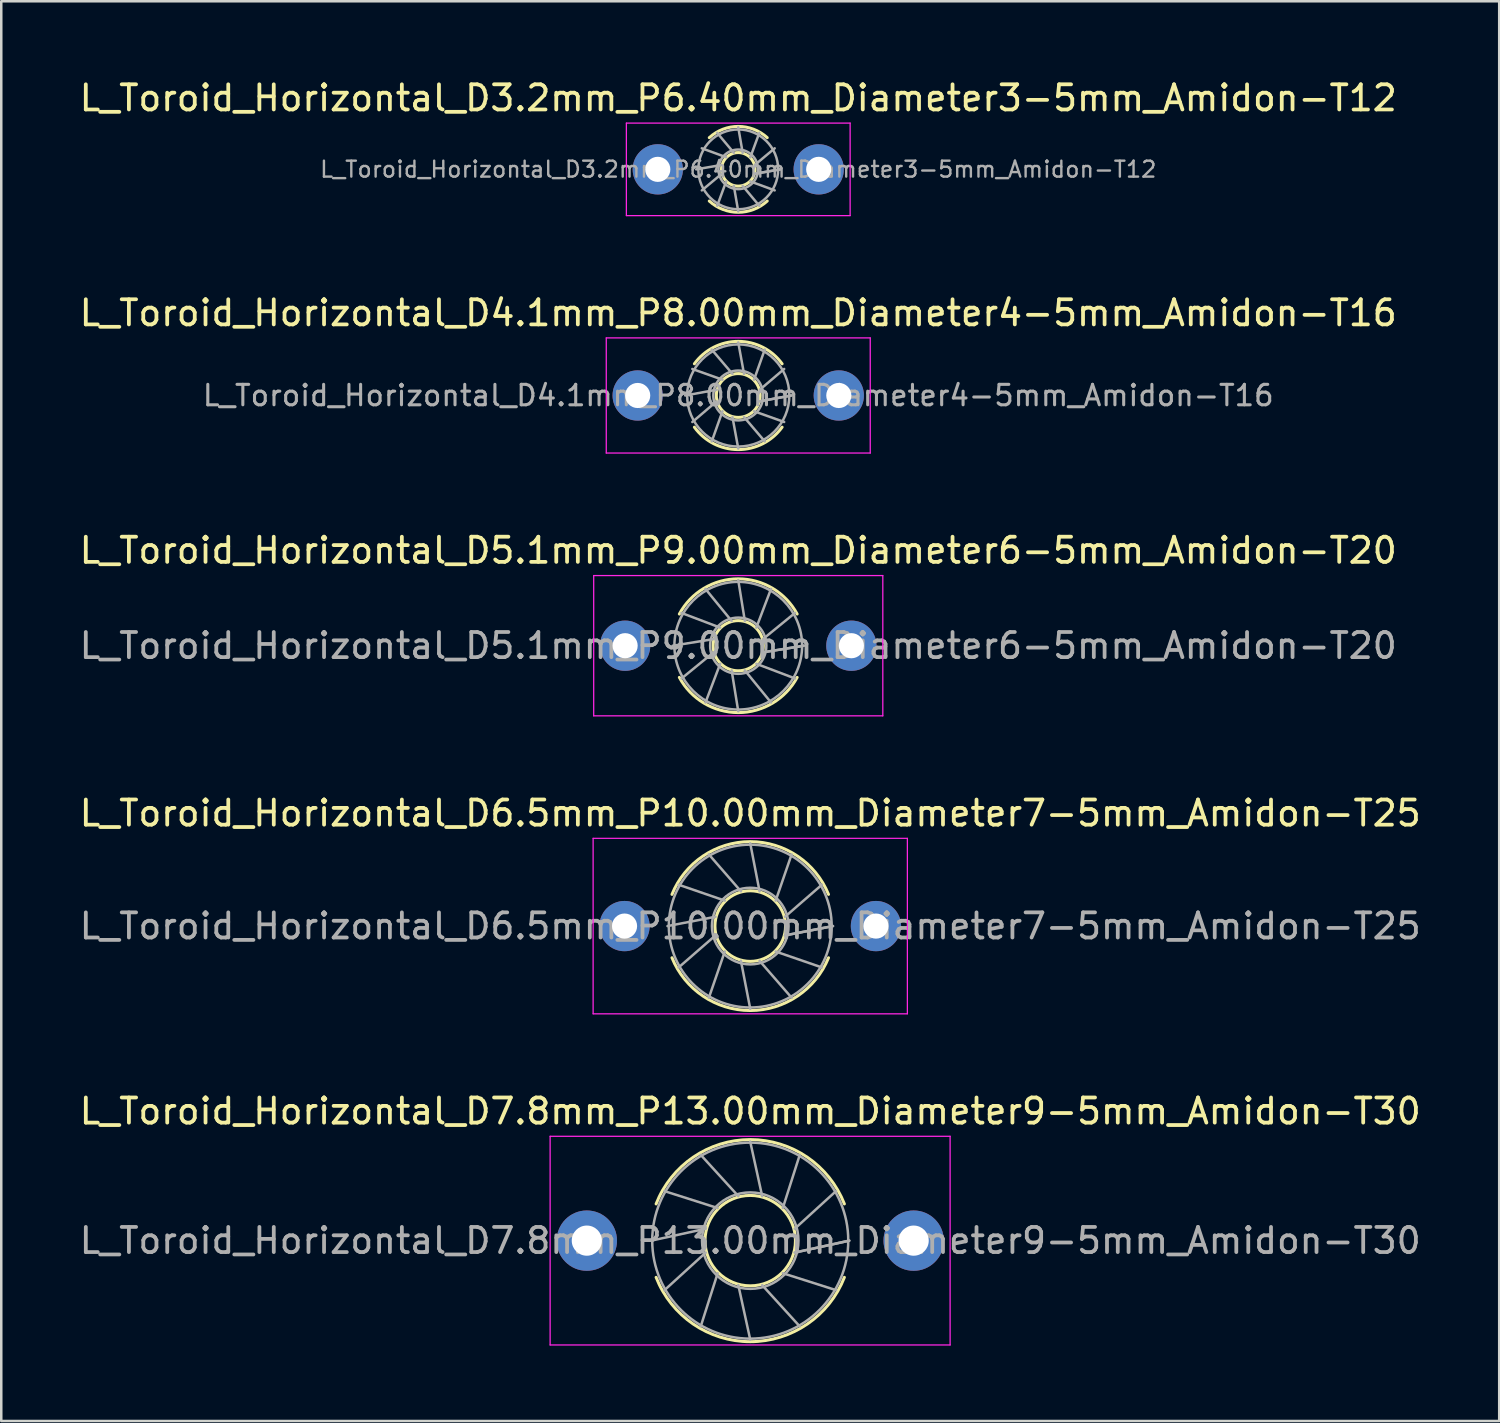
<source format=kicad_pcb>
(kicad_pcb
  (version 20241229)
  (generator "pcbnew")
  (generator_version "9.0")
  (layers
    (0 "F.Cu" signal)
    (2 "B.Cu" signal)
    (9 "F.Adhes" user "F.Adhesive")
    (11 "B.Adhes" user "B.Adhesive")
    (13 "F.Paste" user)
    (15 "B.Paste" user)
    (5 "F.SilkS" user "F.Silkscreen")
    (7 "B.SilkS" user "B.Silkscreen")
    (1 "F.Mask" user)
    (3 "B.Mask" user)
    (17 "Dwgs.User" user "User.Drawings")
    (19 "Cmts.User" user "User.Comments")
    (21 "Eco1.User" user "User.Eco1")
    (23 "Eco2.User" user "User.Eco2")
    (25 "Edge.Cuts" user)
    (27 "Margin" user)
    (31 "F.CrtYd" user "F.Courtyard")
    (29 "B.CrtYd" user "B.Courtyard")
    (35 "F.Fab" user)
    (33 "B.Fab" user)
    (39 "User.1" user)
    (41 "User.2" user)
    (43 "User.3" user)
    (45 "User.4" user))
  (footprint "L_Toroid_Horizontal_D4.1mm_P8.00mm_Diameter4-5mm_Amidon-T16"
    (layer "F.Cu")
    (at 22.315 12.681)
    (property "Reference" "L_Toroid_Horizontal_D4.1mm_P8.00mm_Diameter4-5mm_Amidon-T16" (at 4 -3.282 0) (layer "F.SilkS") (effects (font (size 1 1) (thickness 0.15))))
    (attr through_hole)
    (fp_arc (start 2.255436 -1.26) (mid 4 -2.152) (end 5.744564 -1.26) (stroke (width 0.12) (type solid)) (layer "F.SilkS"))
    (fp_arc (start 5.744564 1.26) (mid 4 2.152) (end 2.255436 1.26) (stroke (width 0.12) (type solid)) (layer "F.SilkS"))
    (fp_circle (center 4 0) (end 4.871 0) (stroke (width 0.12) (type solid)) (fill no) (layer "F.SilkS"))
    (fp_line (start -1.25 -2.29) (end -1.25 2.29) (stroke (width 0.05) (type solid)) (layer "F.CrtYd"))
    (fp_line (start -1.25 2.29) (end 9.25 2.29) (stroke (width 0.05) (type solid)) (layer "F.CrtYd"))
    (fp_line (start 9.25 -2.29) (end -1.25 -2.29) (stroke (width 0.05) (type solid)) (layer "F.CrtYd"))
    (fp_line (start 9.25 2.29) (end 9.25 -2.29) (stroke (width 0.05) (type solid)) (layer "F.CrtYd"))
    (fp_line (start 1.891 0.000195) (end 3.142 -0.23) (stroke (width 0.1) (type solid)) (layer "F.Fab"))
    (fp_line (start 2.173 -1.054) (end 3.372 -0.628) (stroke (width 0.1) (type solid)) (layer "F.Fab"))
    (fp_line (start 2.174 1.055) (end 3.142 0.23) (stroke (width 0.1) (type solid)) (layer "F.Fab"))
    (fp_line (start 2.945 -1.826) (end 3.77 -0.858) (stroke (width 0.1) (type solid)) (layer "F.Fab"))
    (fp_line (start 2.946 1.826) (end 3.372 0.628) (stroke (width 0.1) (type solid)) (layer "F.Fab"))
    (fp_line (start 4 -2.109) (end 4.23 -0.858) (stroke (width 0.1) (type solid)) (layer "F.Fab"))
    (fp_line (start 4 2.109) (end 3.77 0.858) (stroke (width 0.1) (type solid)) (layer "F.Fab"))
    (fp_line (start 5.054 -1.827) (end 4.628 -0.628) (stroke (width 0.1) (type solid)) (layer "F.Fab"))
    (fp_line (start 5.055 1.826) (end 4.23 0.858) (stroke (width 0.1) (type solid)) (layer "F.Fab"))
    (fp_line (start 5.826 -1.055) (end 4.858 -0.23) (stroke (width 0.1) (type solid)) (layer "F.Fab"))
    (fp_line (start 5.826 1.054) (end 4.628 0.628) (stroke (width 0.1) (type solid)) (layer "F.Fab"))
    (fp_line (start 6.109 -0.000391) (end 4.858 0.23) (stroke (width 0.1) (type solid)) (layer "F.Fab"))
    (fp_line (start 6.109 0) (end 4.858 0.23) (stroke (width 0.1) (type solid)) (layer "F.Fab"))
    (fp_circle (center 4 0) (end 4.991 0) (stroke (width 0.1) (type solid)) (fill no) (layer "F.Fab"))
    (fp_circle (center 4 0) (end 6.032 0) (stroke (width 0.1) (type solid)) (fill no) (layer "F.Fab"))
    (fp_text user "${REFERENCE}" (at 4 0 0) (layer "F.Fab") (effects (font (size 0.813 0.813) (thickness 0.122))))
    (pad "1" thru_hole circle (at 0 0) (size 2 2) (drill 1) (layers "*.Cu" "*.Mask"))
    (pad "2" thru_hole circle (at 8 0) (size 2 2) (drill 1) (layers "*.Cu" "*.Mask")))
  (footprint "L_Toroid_Horizontal_D3.2mm_P6.40mm_Diameter3-5mm_Amidon-T12"
    (layer "F.Cu")
    (at 23.115 3.686)
    (property "Reference" "L_Toroid_Horizontal_D3.2mm_P6.40mm_Diameter3-5mm_Amidon-T12" (at 3.2 -2.837 0) (layer "F.SilkS") (effects (font (size 1 1) (thickness 0.15))))
    (attr through_hole)
    (fp_arc (start 2.04763 -1.26) (mid 3.2 -1.7075) (end 4.35237 -1.26) (stroke (width 0.12) (type solid)) (layer "F.SilkS"))
    (fp_arc (start 4.35237 1.26) (mid 3.2 1.7075) (end 2.04763 1.26) (stroke (width 0.12) (type solid)) (layer "F.SilkS"))
    (fp_circle (center 3.2 0) (end 3.867 0) (stroke (width 0.12) (type solid)) (fill no) (layer "F.SilkS"))
    (fp_line (start -1.25 -1.84) (end -1.25 1.84) (stroke (width 0.05) (type solid)) (layer "F.CrtYd"))
    (fp_line (start -1.25 1.84) (end 7.65 1.84) (stroke (width 0.05) (type solid)) (layer "F.CrtYd"))
    (fp_line (start 7.65 -1.84) (end -1.25 -1.84) (stroke (width 0.05) (type solid)) (layer "F.CrtYd"))
    (fp_line (start 7.65 1.84) (end 7.65 -1.84) (stroke (width 0.05) (type solid)) (layer "F.CrtYd"))
    (fp_line (start 1.527 0.000155) (end 2.542 -0.176) (stroke (width 0.1) (type solid)) (layer "F.Fab"))
    (fp_line (start 1.751 -0.837) (end 2.719 -0.481) (stroke (width 0.1) (type solid)) (layer "F.Fab"))
    (fp_line (start 1.751 0.837) (end 2.542 0.176) (stroke (width 0.1) (type solid)) (layer "F.Fab"))
    (fp_line (start 2.363 -1.449) (end 3.024 -0.658) (stroke (width 0.1) (type solid)) (layer "F.Fab"))
    (fp_line (start 2.363 1.449) (end 2.719 0.481) (stroke (width 0.1) (type solid)) (layer "F.Fab"))
    (fp_line (start 3.2 -1.673) (end 3.376 -0.658) (stroke (width 0.1) (type solid)) (layer "F.Fab"))
    (fp_line (start 3.2 1.673) (end 3.024 0.658) (stroke (width 0.1) (type solid)) (layer "F.Fab"))
    (fp_line (start 4.036 -1.449) (end 3.681 -0.481) (stroke (width 0.1) (type solid)) (layer "F.Fab"))
    (fp_line (start 4.037 1.449) (end 3.376 0.658) (stroke (width 0.1) (type solid)) (layer "F.Fab"))
    (fp_line (start 4.649 -0.837) (end 3.858 -0.176) (stroke (width 0.1) (type solid)) (layer "F.Fab"))
    (fp_line (start 4.649 0.837) (end 3.681 0.481) (stroke (width 0.1) (type solid)) (layer "F.Fab"))
    (fp_line (start 4.873 -0.00031) (end 3.858 0.176) (stroke (width 0.1) (type solid)) (layer "F.Fab"))
    (fp_line (start 4.873 0) (end 3.858 0.176) (stroke (width 0.1) (type solid)) (layer "F.Fab"))
    (fp_circle (center 3.2 0) (end 3.987 0) (stroke (width 0.1) (type solid)) (fill no) (layer "F.Fab"))
    (fp_circle (center 3.2 0) (end 4.787 0) (stroke (width 0.1) (type solid)) (fill no) (layer "F.Fab"))
    (fp_text user "${REFERENCE}" (at 3.2 0 0) (layer "F.Fab") (effects (font (size 0.635 0.635) (thickness 0.095))))
    (pad "1" thru_hole circle (at 0 0) (size 2 2) (drill 1) (layers "*.Cu" "*.Mask"))
    (pad "2" thru_hole circle (at 6.4 0) (size 2 2) (drill 1) (layers "*.Cu" "*.Mask")))
  (footprint "L_Toroid_Horizontal_D7.8mm_P13.00mm_Diameter9-5mm_Amidon-T30"
    (layer "F.Cu")
    (at 20.292 46.298)
    (property "Reference" "L_Toroid_Horizontal_D7.8mm_P13.00mm_Diameter9-5mm_Amidon-T30" (at 6.5 -5.149 0) (layer "F.SilkS") (effects (font (size 1 1) (thickness 0.15))))
    (attr through_hole)
    (fp_arc (start 2.755677 -1.46) (mid 6.5 -4.0189) (end 10.244323 -1.46) (stroke (width 0.12) (type solid)) (layer "F.SilkS"))
    (fp_arc (start 10.244323 1.46) (mid 6.5 4.0189) (end 2.755677 1.46) (stroke (width 0.12) (type solid)) (layer "F.SilkS"))
    (fp_circle (center 6.5 0) (end 8.298 0) (stroke (width 0.12) (type solid)) (fill no) (layer "F.SilkS"))
    (fp_line (start -1.46 -4.15) (end -1.46 4.15) (stroke (width 0.05) (type solid)) (layer "F.CrtYd"))
    (fp_line (start -1.46 4.15) (end 14.45 4.15) (stroke (width 0.05) (type solid)) (layer "F.CrtYd"))
    (fp_line (start 14.45 -4.15) (end -1.46 -4.15) (stroke (width 0.05) (type solid)) (layer "F.CrtYd"))
    (fp_line (start 14.45 4.15) (end 14.45 -4.15) (stroke (width 0.05) (type solid)) (layer "F.CrtYd"))
    (fp_line (start 2.561 0.000365) (end 4.729 -0.474) (stroke (width 0.1) (type solid)) (layer "F.Fab"))
    (fp_line (start 3.089 -1.969) (end 5.203 -1.296) (stroke (width 0.1) (type solid)) (layer "F.Fab"))
    (fp_line (start 3.089 1.97) (end 4.729 0.475) (stroke (width 0.1) (type solid)) (layer "F.Fab"))
    (fp_line (start 4.53 -3.411) (end 6.025 -1.771) (stroke (width 0.1) (type solid)) (layer "F.Fab"))
    (fp_line (start 4.531 3.411) (end 5.204 1.297) (stroke (width 0.1) (type solid)) (layer "F.Fab"))
    (fp_line (start 6.499 -3.939) (end 6.974 -1.771) (stroke (width 0.1) (type solid)) (layer "F.Fab"))
    (fp_line (start 6.5 3.939) (end 6.026 1.771) (stroke (width 0.1) (type solid)) (layer "F.Fab"))
    (fp_line (start 8.469 -3.411) (end 7.796 -1.297) (stroke (width 0.1) (type solid)) (layer "F.Fab"))
    (fp_line (start 8.469 3.411) (end 6.975 1.771) (stroke (width 0.1) (type solid)) (layer "F.Fab"))
    (fp_line (start 9.911 -1.97) (end 8.271 -0.475) (stroke (width 0.1) (type solid)) (layer "F.Fab"))
    (fp_line (start 9.911 1.969) (end 7.797 1.297) (stroke (width 0.1) (type solid)) (layer "F.Fab"))
    (fp_line (start 10.439 -0.001) (end 8.271 0.474) (stroke (width 0.1) (type solid)) (layer "F.Fab"))
    (fp_line (start 10.439 0) (end 8.271 0.475) (stroke (width 0.1) (type solid)) (layer "F.Fab"))
    (fp_circle (center 6.5 0) (end 8.418 0) (stroke (width 0.1) (type solid)) (fill no) (layer "F.Fab"))
    (fp_circle (center 6.5 0) (end 10.399 0) (stroke (width 0.1) (type solid)) (fill no) (layer "F.Fab"))
    (fp_text user "${REFERENCE}" (at 6.5 0 0) (layer "F.Fab") (effects (font (size 1 1) (thickness 0.15))))
    (pad "1" thru_hole circle (at 0 0) (size 2.4 2.4) (drill 1.2) (layers "*.Cu" "*.Mask"))
    (pad "2" thru_hole circle (at 13 0) (size 2.4 2.4) (drill 1.2) (layers "*.Cu" "*.Mask")))
  (footprint "L_Toroid_Horizontal_D6.5mm_P10.00mm_Diameter7-5mm_Amidon-T25"
    (layer "F.Cu")
    (at 21.792 33.786)
    (property "Reference" "L_Toroid_Horizontal_D6.5mm_P10.00mm_Diameter7-5mm_Amidon-T25" (at 5 -4.489 0) (layer "F.SilkS") (effects (font (size 1 1) (thickness 0.15))))
    (attr through_hole)
    (fp_arc (start 1.886815 -1.26) (mid 5 -3.3585) (end 8.113185 -1.26) (stroke (width 0.12) (type solid)) (layer "F.SilkS"))
    (fp_arc (start 8.113185 1.26) (mid 5 3.3585) (end 1.886815 1.26) (stroke (width 0.12) (type solid)) (layer "F.SilkS"))
    (fp_circle (center 5 0) (end 6.404 0) (stroke (width 0.12) (type solid)) (fill no) (layer "F.SilkS"))
    (fp_line (start -1.25 -3.49) (end -1.25 3.49) (stroke (width 0.05) (type solid)) (layer "F.CrtYd"))
    (fp_line (start -1.25 3.49) (end 11.25 3.49) (stroke (width 0.05) (type solid)) (layer "F.CrtYd"))
    (fp_line (start 11.25 -3.49) (end -1.25 -3.49) (stroke (width 0.05) (type solid)) (layer "F.CrtYd"))
    (fp_line (start 11.25 3.49) (end 11.25 -3.49) (stroke (width 0.05) (type solid)) (layer "F.CrtYd"))
    (fp_line (start 1.709 0.000305) (end 3.617 -0.371) (stroke (width 0.1) (type solid)) (layer "F.Fab"))
    (fp_line (start 2.149 -1.645) (end 3.987 -1.013) (stroke (width 0.1) (type solid)) (layer "F.Fab"))
    (fp_line (start 2.15 1.646) (end 3.617 0.371) (stroke (width 0.1) (type solid)) (layer "F.Fab"))
    (fp_line (start 3.354 -2.85) (end 4.629 -1.383) (stroke (width 0.1) (type solid)) (layer "F.Fab"))
    (fp_line (start 3.355 2.85) (end 3.987 1.013) (stroke (width 0.1) (type solid)) (layer "F.Fab"))
    (fp_line (start 5 -3.291) (end 5.37 -1.383) (stroke (width 0.1) (type solid)) (layer "F.Fab"))
    (fp_line (start 5 3.291) (end 4.629 1.383) (stroke (width 0.1) (type solid)) (layer "F.Fab"))
    (fp_line (start 6.645 -2.851) (end 6.012 -1.013) (stroke (width 0.1) (type solid)) (layer "F.Fab"))
    (fp_line (start 6.646 2.85) (end 5.371 1.383) (stroke (width 0.1) (type solid)) (layer "F.Fab"))
    (fp_line (start 7.85 -1.646) (end 6.383 -0.371) (stroke (width 0.1) (type solid)) (layer "F.Fab"))
    (fp_line (start 7.85 1.646) (end 6.013 1.013) (stroke (width 0.1) (type solid)) (layer "F.Fab"))
    (fp_line (start 8.291 -0.001) (end 6.383 0.37) (stroke (width 0.1) (type solid)) (layer "F.Fab"))
    (fp_line (start 8.291 0) (end 6.383 0.371) (stroke (width 0.1) (type solid)) (layer "F.Fab"))
    (fp_circle (center 5 0) (end 6.524 0) (stroke (width 0.1) (type solid)) (fill no) (layer "F.Fab"))
    (fp_circle (center 5 0) (end 8.239 0) (stroke (width 0.1) (type solid)) (fill no) (layer "F.Fab"))
    (fp_text user "${REFERENCE}" (at 5 0 0) (layer "F.Fab") (effects (font (size 1 1) (thickness 0.15))))
    (pad "1" thru_hole circle (at 0 0) (size 2 2) (drill 1) (layers "*.Cu" "*.Mask"))
    (pad "2" thru_hole circle (at 10 0) (size 2 2) (drill 1) (layers "*.Cu" "*.Mask")))
  (footprint "L_Toroid_Horizontal_D5.1mm_P9.00mm_Diameter6-5mm_Amidon-T20"
    (layer "F.Cu")
    (at 21.815 22.634)
    (property "Reference" "L_Toroid_Horizontal_D5.1mm_P9.00mm_Diameter6-5mm_Amidon-T20" (at 4.5 -3.79 0) (layer "F.SilkS") (effects (font (size 1 1) (thickness 0.15))))
    (attr through_hole)
    (fp_arc (start 2.157352 -1.26) (mid 4.5 -2.66) (end 6.842648 -1.26) (stroke (width 0.12) (type solid)) (layer "F.SilkS"))
    (fp_arc (start 6.842648 1.26) (mid 4.5 2.66) (end 2.157352 1.26) (stroke (width 0.12) (type solid)) (layer "F.SilkS"))
    (fp_circle (center 4.5 0) (end 5.498 0) (stroke (width 0.12) (type solid)) (fill no) (layer "F.SilkS"))
    (fp_line (start -1.25 -2.79) (end -1.25 2.79) (stroke (width 0.05) (type solid)) (layer "F.CrtYd"))
    (fp_line (start -1.25 2.79) (end 10.25 2.79) (stroke (width 0.05) (type solid)) (layer "F.CrtYd"))
    (fp_line (start 10.25 -2.79) (end -1.25 -2.79) (stroke (width 0.05) (type solid)) (layer "F.CrtYd"))
    (fp_line (start 10.25 2.79) (end 10.25 -2.79) (stroke (width 0.05) (type solid)) (layer "F.CrtYd"))
    (fp_line (start 1.893 0.000242) (end 3.517 -0.263) (stroke (width 0.1) (type solid)) (layer "F.Fab"))
    (fp_line (start 2.242 -1.303) (end 3.78 -0.719) (stroke (width 0.1) (type solid)) (layer "F.Fab"))
    (fp_line (start 2.243 1.304) (end 3.517 0.263) (stroke (width 0.1) (type solid)) (layer "F.Fab"))
    (fp_line (start 3.196 -2.257) (end 4.237 -0.983) (stroke (width 0.1) (type solid)) (layer "F.Fab"))
    (fp_line (start 3.197 2.258) (end 3.781 0.72) (stroke (width 0.1) (type solid)) (layer "F.Fab"))
    (fp_line (start 4.5 -2.607) (end 4.763 -0.983) (stroke (width 0.1) (type solid)) (layer "F.Fab"))
    (fp_line (start 4.5 2.607) (end 4.237 0.983) (stroke (width 0.1) (type solid)) (layer "F.Fab"))
    (fp_line (start 5.803 -2.258) (end 5.219 -0.72) (stroke (width 0.1) (type solid)) (layer "F.Fab"))
    (fp_line (start 5.803 2.258) (end 4.763 0.983) (stroke (width 0.1) (type solid)) (layer "F.Fab"))
    (fp_line (start 6.757 -1.304) (end 5.483 -0.264) (stroke (width 0.1) (type solid)) (layer "F.Fab"))
    (fp_line (start 6.758 1.303) (end 5.22 0.72) (stroke (width 0.1) (type solid)) (layer "F.Fab"))
    (fp_line (start 7.107 -0.000483) (end 5.483 0.263) (stroke (width 0.1) (type solid)) (layer "F.Fab"))
    (fp_line (start 7.107 0) (end 5.483 0.263) (stroke (width 0.1) (type solid)) (layer "F.Fab"))
    (fp_circle (center 4.5 0) (end 5.618 0) (stroke (width 0.1) (type solid)) (fill no) (layer "F.Fab"))
    (fp_circle (center 4.5 0) (end 7.04 0) (stroke (width 0.1) (type solid)) (fill no) (layer "F.Fab"))
    (fp_text user "${REFERENCE}" (at 4.5 0 0) (layer "F.Fab") (effects (font (size 1 1) (thickness 0.15))))
    (pad "1" thru_hole circle (at 0 0) (size 2 2) (drill 1) (layers "*.Cu" "*.Mask"))
    (pad "2" thru_hole circle (at 9 0) (size 2 2) (drill 1) (layers "*.Cu" "*.Mask")))
  (gr_rect
    (start -3 -3)
    (end 56.583 53.473)
    (stroke (width 0.1) (type default))
    (fill no)
    (layer "Edge.Cuts")))
</source>
